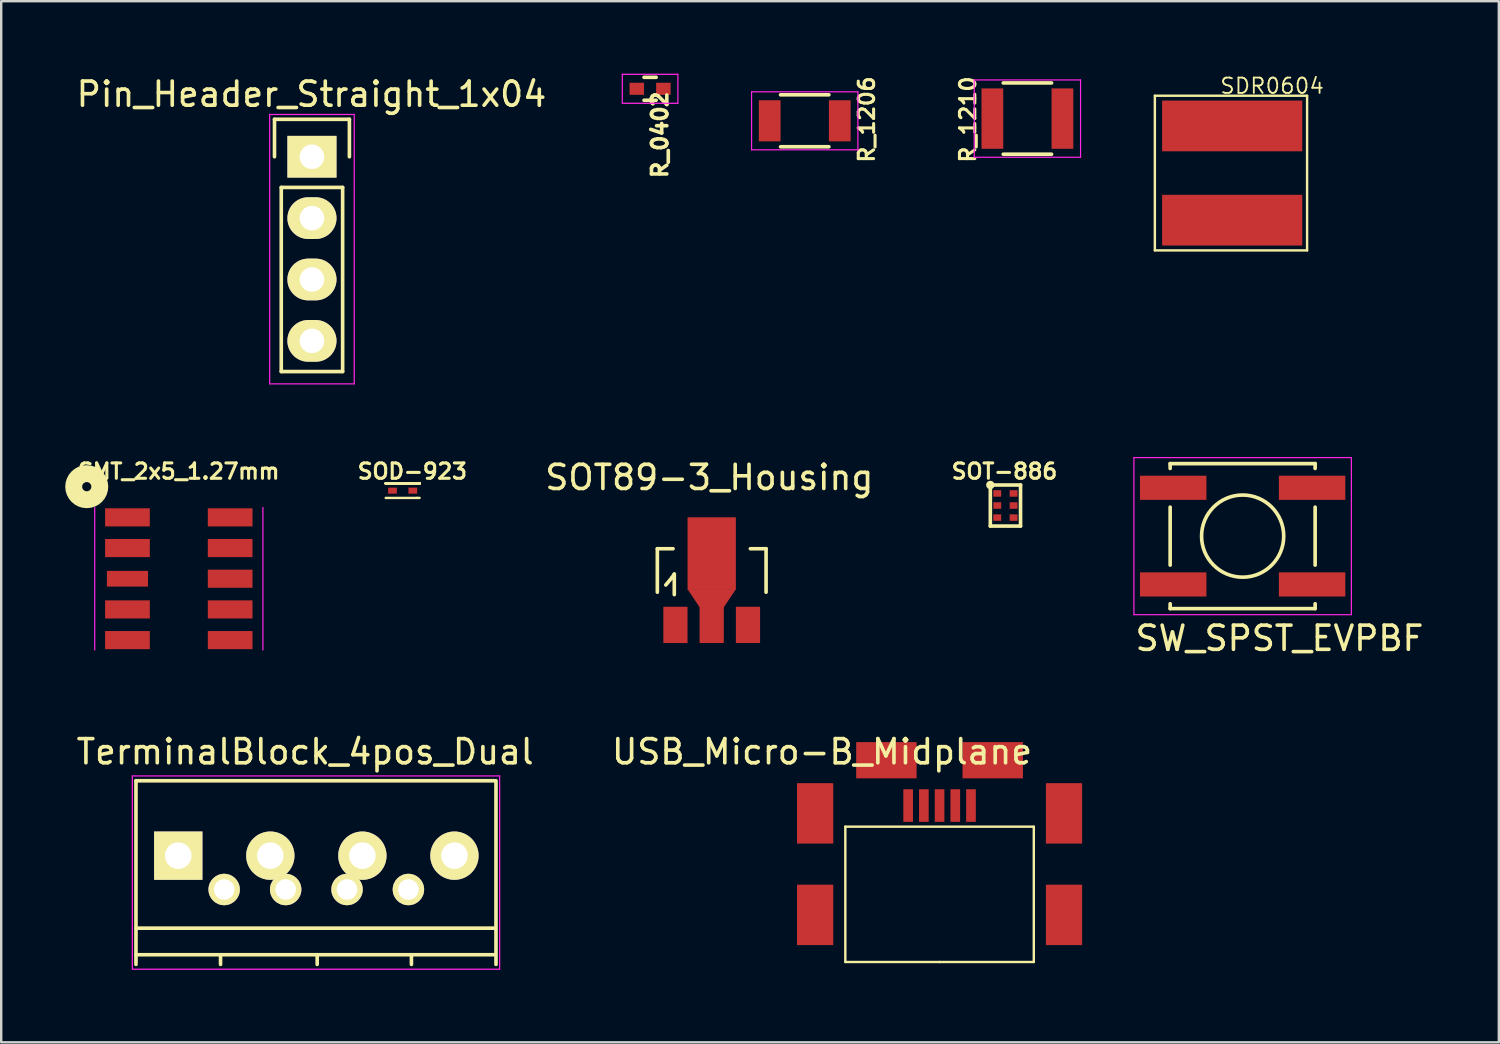
<source format=kicad_pcb>
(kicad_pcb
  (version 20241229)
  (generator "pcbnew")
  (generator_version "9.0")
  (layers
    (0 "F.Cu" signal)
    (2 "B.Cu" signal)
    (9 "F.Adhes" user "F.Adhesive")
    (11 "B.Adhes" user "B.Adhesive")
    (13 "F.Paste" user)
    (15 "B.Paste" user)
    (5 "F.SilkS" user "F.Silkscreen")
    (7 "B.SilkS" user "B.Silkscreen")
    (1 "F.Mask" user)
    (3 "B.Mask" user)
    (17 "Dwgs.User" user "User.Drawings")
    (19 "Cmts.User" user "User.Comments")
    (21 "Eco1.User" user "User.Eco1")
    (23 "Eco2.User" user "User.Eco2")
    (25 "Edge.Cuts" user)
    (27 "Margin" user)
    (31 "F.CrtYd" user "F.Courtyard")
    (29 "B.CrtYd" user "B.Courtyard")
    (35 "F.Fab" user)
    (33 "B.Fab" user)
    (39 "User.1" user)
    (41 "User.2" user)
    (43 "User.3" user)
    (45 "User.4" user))
  (footprint "SOT-886"
    (layer "F.Cu")
    (at 38.56 17.871)
    (property "Reference" "SOT-886" (at -0.041 -1.415 180) (layer "F.SilkS") (effects (font (size 0.635 0.635) (thickness 0.127))))
    (attr smd)
    (fp_line (start -0.625 -0.85) (end 0.625 -0.85) (stroke (width 0.15) (type solid)) (layer "F.SilkS"))
    (fp_line (start -0.625 0.85) (end -0.625 -0.85) (stroke (width 0.15) (type solid)) (layer "F.SilkS"))
    (fp_line (start 0.625 -0.85) (end 0.625 0.85) (stroke (width 0.15) (type solid)) (layer "F.SilkS"))
    (fp_line (start 0.625 0.85) (end -0.625 0.85) (stroke (width 0.15) (type solid)) (layer "F.SilkS"))
    (fp_circle (center -0.625 -0.85) (end -0.525 -0.85) (stroke (width 0.15) (type solid)) (fill no) (layer "F.SilkS"))
    (pad "1" smd rect (at -0.338 -0.5) (size 0.325 0.27) (layers "F.Cu" "F.Mask" "F.Paste"))
    (pad "2" smd rect (at -0.338 0) (size 0.325 0.27) (layers "F.Cu" "F.Mask" "F.Paste"))
    (pad "3" smd rect (at -0.338 0.5) (size 0.325 0.27) (layers "F.Cu" "F.Mask" "F.Paste"))
    (pad "4" smd rect (at 0.338 0.5) (size 0.325 0.27) (layers "F.Cu" "F.Mask" "F.Paste"))
    (pad "5" smd rect (at 0.338 0) (size 0.325 0.27) (layers "F.Cu" "F.Mask" "F.Paste"))
    (pad "6" smd rect (at 0.338 -0.5) (size 0.325 0.27) (layers "F.Cu" "F.Mask" "F.Paste")))
  (footprint "TerminalBlock_4pos_Dual"
    (layer "F.Cu")
    (at 4.327 32.362)
    (property "Reference" "TerminalBlock_4pos_Dual" (at 5.25 -4.3 0) (layer "F.SilkS") (effects (font (size 1 1) (thickness 0.15))))
    (attr through_hole)
    (fp_line (start -1.75 -3.1) (end -1.75 4.5) (stroke (width 0.15) (type solid)) (layer "F.SilkS"))
    (fp_line (start -1.75 3) (end 13.1 3) (stroke (width 0.15) (type solid)) (layer "F.SilkS"))
    (fp_line (start -1.75 4.1) (end 13.1 4.1) (stroke (width 0.15) (type solid)) (layer "F.SilkS"))
    (fp_line (start 1.75 4.1) (end 1.75 4.5) (stroke (width 0.15) (type solid)) (layer "F.SilkS"))
    (fp_line (start 5.75 4.1) (end 5.75 4.5) (stroke (width 0.15) (type solid)) (layer "F.SilkS"))
    (fp_line (start 9.65 4.1) (end 9.65 4.5) (stroke (width 0.15) (type solid)) (layer "F.SilkS"))
    (fp_line (start 13.1 -3.1) (end -1.75 -3.1) (stroke (width 0.15) (type solid)) (layer "F.SilkS"))
    (fp_line (start 13.15 4.5) (end 13.15 -3.1) (stroke (width 0.15) (type solid)) (layer "F.SilkS"))
    (fp_line (start -1.9 -3.3) (end 13.3 -3.3) (stroke (width 0.05) (type solid)) (layer "F.CrtYd"))
    (fp_line (start -1.9 4.7) (end -1.9 -3.3) (stroke (width 0.05) (type solid)) (layer "F.CrtYd"))
    (fp_line (start 13.3 -3.3) (end 13.3 4.7) (stroke (width 0.05) (type solid)) (layer "F.CrtYd"))
    (fp_line (start 13.3 4.7) (end -1.9 4.7) (stroke (width 0.05) (type solid)) (layer "F.CrtYd"))
    (pad "1" thru_hole rect (at 0 0) (size 2 2) (drill 1.1) (layers "*.Cu" "*.Mask" "F.SilkS"))
    (pad "1" thru_hole circle (at 1.9 1.4) (size 1.3 1.3) (drill 0.85) (layers "*.Cu" "*.Mask" "F.SilkS"))
    (pad "2" thru_hole circle (at 3.81 0) (size 2 2) (drill 1.1) (layers "*.Cu" "*.Mask" "F.SilkS"))
    (pad "2" thru_hole circle (at 4.445 1.4) (size 1.3 1.3) (drill 0.85) (layers "*.Cu" "*.Mask" "F.SilkS"))
    (pad "3" thru_hole circle (at 6.985 1.4) (size 1.3 1.3) (drill 0.85) (layers "*.Cu" "*.Mask" "F.SilkS"))
    (pad "3" thru_hole circle (at 7.62 0) (size 2 2) (drill 1.1) (layers "*.Cu" "*.Mask" "F.SilkS"))
    (pad "4" thru_hole circle (at 9.525 1.4) (size 1.3 1.3) (drill 0.85) (layers "*.Cu" "*.Mask" "F.SilkS"))
    (pad "4" thru_hole circle (at 11.43 0) (size 2 2) (drill 1.1) (layers "*.Cu" "*.Mask" "F.SilkS")))
  (footprint "R_1206"
    (layer "F.Cu")
    (at 30.254 1.949)
    (property "Reference" "R_1206" (at 2.563 -0.053 90) (layer "F.SilkS") (effects (font (size 0.635 0.635) (thickness 0.127))))
    (attr smd)
    (fp_line (start -1 -1.075) (end 1 -1.075) (stroke (width 0.15) (type solid)) (layer "F.SilkS"))
    (fp_line (start 1 1.075) (end -1 1.075) (stroke (width 0.15) (type solid)) (layer "F.SilkS"))
    (fp_line (start -2.2 -1.2) (end -2.2 1.2) (stroke (width 0.05) (type solid)) (layer "F.CrtYd"))
    (fp_line (start -2.2 -1.2) (end 2.2 -1.2) (stroke (width 0.05) (type solid)) (layer "F.CrtYd"))
    (fp_line (start -2.2 1.2) (end 2.2 1.2) (stroke (width 0.05) (type solid)) (layer "F.CrtYd"))
    (fp_line (start 2.2 -1.2) (end 2.2 1.2) (stroke (width 0.05) (type solid)) (layer "F.CrtYd"))
    (pad "1" smd rect (at -1.45 0) (size 0.9 1.7) (layers "F.Cu" "F.Mask" "F.Paste"))
    (pad "2" smd rect (at 1.45 0) (size 0.9 1.7) (layers "F.Cu" "F.Mask" "F.Paste")))
  (footprint "R_1210"
    (layer "F.Cu")
    (at 39.469 1.858)
    (property "Reference" "R_1210" (at -2.464 0.038 90) (layer "F.SilkS") (effects (font (size 0.635 0.635) (thickness 0.127))))
    (attr smd)
    (fp_line (start -1 -1.475) (end 1 -1.475) (stroke (width 0.15) (type solid)) (layer "F.SilkS"))
    (fp_line (start 1 1.475) (end -1 1.475) (stroke (width 0.15) (type solid)) (layer "F.SilkS"))
    (fp_line (start -2.2 -1.6) (end -2.2 1.6) (stroke (width 0.05) (type solid)) (layer "F.CrtYd"))
    (fp_line (start -2.2 -1.6) (end 2.2 -1.6) (stroke (width 0.05) (type solid)) (layer "F.CrtYd"))
    (fp_line (start -2.2 1.6) (end 2.2 1.6) (stroke (width 0.05) (type solid)) (layer "F.CrtYd"))
    (fp_line (start 2.2 -1.6) (end 2.2 1.6) (stroke (width 0.05) (type solid)) (layer "F.CrtYd"))
    (pad "1" smd rect (at -1.45 0) (size 0.9 2.5) (layers "F.Cu" "F.Mask" "F.Paste"))
    (pad "2" smd rect (at 1.45 0) (size 0.9 2.5) (layers "F.Cu" "F.Mask" "F.Paste")))
  (footprint "Pin_Header_Straight_1x04"
    (layer "F.Cu")
    (at 9.86 3.437)
    (property "Reference" "Pin_Header_Straight_1x04" (at -0.02 -2.588 0) (layer "F.SilkS") (effects (font (size 1 1) (thickness 0.15))))
    (attr through_hole)
    (fp_line (start -1.55 -1.55) (end 1.55 -1.55) (stroke (width 0.15) (type solid)) (layer "F.SilkS"))
    (fp_line (start -1.55 0) (end -1.55 -1.55) (stroke (width 0.15) (type solid)) (layer "F.SilkS"))
    (fp_line (start -1.27 1.27) (end -1.27 8.89) (stroke (width 0.15) (type solid)) (layer "F.SilkS"))
    (fp_line (start -1.27 8.89) (end 1.27 8.89) (stroke (width 0.15) (type solid)) (layer "F.SilkS"))
    (fp_line (start 1.27 1.27) (end -1.27 1.27) (stroke (width 0.15) (type solid)) (layer "F.SilkS"))
    (fp_line (start 1.27 1.27) (end 1.27 8.89) (stroke (width 0.15) (type solid)) (layer "F.SilkS"))
    (fp_line (start 1.55 -1.55) (end 1.55 0) (stroke (width 0.15) (type solid)) (layer "F.SilkS"))
    (fp_line (start -1.75 -1.75) (end -1.75 9.4) (stroke (width 0.05) (type solid)) (layer "F.CrtYd"))
    (fp_line (start -1.75 -1.75) (end 1.75 -1.75) (stroke (width 0.05) (type solid)) (layer "F.CrtYd"))
    (fp_line (start -1.75 9.4) (end 1.75 9.4) (stroke (width 0.05) (type solid)) (layer "F.CrtYd"))
    (fp_line (start 1.75 -1.75) (end 1.75 9.4) (stroke (width 0.05) (type solid)) (layer "F.CrtYd"))
    (pad "1" thru_hole rect (at 0 0) (size 2.032 1.727) (drill 1.016) (layers "*.Cu" "*.Mask" "F.SilkS"))
    (pad "2" thru_hole oval (at 0 2.54) (size 2.032 1.727) (drill 1.016) (layers "*.Cu" "*.Mask" "F.SilkS"))
    (pad "3" thru_hole oval (at 0 5.08) (size 2.032 1.727) (drill 1.016) (layers "*.Cu" "*.Mask" "F.SilkS"))
    (pad "4" thru_hole oval (at 0 7.62) (size 2.032 1.727) (drill 1.016) (layers "*.Cu" "*.Mask" "F.SilkS")))
  (footprint "SMT_2x5_1.27mm"
    (layer "F.Cu")
    (at 4.35 20.901)
    (property "Reference" "SMT_2x5_1.27mm" (at 0 -4.445 0) (layer "F.SilkS") (effects (font (size 0.635 0.635) (thickness 0.127))))
    (attr smd)
    (fp_circle (center -3.81 -3.81) (end -4 -3.81) (stroke (width 0.7) (type solid)) (fill no) (layer "F.SilkS"))
    (fp_line (start -3.48 -2.95) (end -3.48 2.95) (stroke (width 0.05) (type solid)) (layer "F.CrtYd"))
    (fp_line (start 3.48 -2.95) (end 3.48 2.95) (stroke (width 0.05) (type solid)) (layer "F.CrtYd"))
    (pad "1" smd rect (at -2.125 -2.54) (size 1.85 0.75) (layers "F.Cu" "F.Mask" "F.Paste"))
    (pad "2" smd rect (at 2.125 -2.54) (size 1.85 0.75) (layers "F.Cu" "F.Mask" "F.Paste"))
    (pad "3" smd rect (at -2.125 -1.27) (size 1.85 0.75) (layers "F.Cu" "F.Mask" "F.Paste"))
    (pad "4" smd rect (at 2.125 -1.27) (size 1.85 0.75) (layers "F.Cu" "F.Mask" "F.Paste"))
    (pad "5" smd rect (at -2.125 0) (size 1.7 0.65) (layers "F.Cu" "F.Mask" "F.Paste"))
    (pad "6" smd rect (at 2.125 0) (size 1.85 0.75) (layers "F.Cu" "F.Mask" "F.Paste"))
    (pad "7" smd rect (at -2.125 1.27) (size 1.85 0.75) (layers "F.Cu" "F.Mask" "F.Paste"))
    (pad "8" smd rect (at 2.125 1.27) (size 1.85 0.75) (layers "F.Cu" "F.Mask" "F.Paste"))
    (pad "9" smd rect (at -2.125 2.54) (size 1.85 0.75) (layers "F.Cu" "F.Mask" "F.Paste"))
    (pad "10" smd rect (at 2.125 2.54) (size 1.85 0.75) (layers "F.Cu" "F.Mask" "F.Paste")))
  (footprint "SOD-923"
    (layer "F.Cu")
    (at 13.614 17.256)
    (property "Reference" "SOD-923" (at 0.4 -0.8 0) (layer "F.SilkS") (effects (font (size 0.635 0.635) (thickness 0.127))))
    (attr smd)
    (fp_line (start -0.7 -0.3) (end 0.7 -0.3) (stroke (width 0.1) (type solid)) (layer "F.SilkS"))
    (fp_line (start -0.7 -0.3) (end 0.7 -0.3) (stroke (width 0.1) (type solid)) (layer "F.SilkS"))
    (fp_line (start -0.7 -0.3) (end 0.7 -0.3) (stroke (width 0.1) (type solid)) (layer "F.SilkS"))
    (fp_line (start -0.7 -0.3) (end 0.7 -0.3) (stroke (width 0.1) (type solid)) (layer "F.SilkS"))
    (fp_line (start -0.7 0.3) (end 0.6 0.3) (stroke (width 0.1) (type solid)) (layer "F.SilkS"))
    (fp_line (start 0.6 0.3) (end 0.7 0.3) (stroke (width 0.1) (type solid)) (layer "F.SilkS"))
    (fp_line (start 0.7 -0.3) (end -0.7 -0.3) (stroke (width 0.1) (type solid)) (layer "F.SilkS"))
    (fp_line (start 0.7 -0.3) (end -0.7 -0.3) (stroke (width 0.1) (type solid)) (layer "F.SilkS"))
    (fp_line (start 0.7 -0.3) (end -0.7 -0.3) (stroke (width 0.1) (type solid)) (layer "F.SilkS"))
    (fp_line (start 0.7 -0.3) (end -0.7 -0.3) (stroke (width 0.1) (type solid)) (layer "F.SilkS"))
    (pad "1" smd rect (at 0.42 0) (size 0.36 0.25) (layers "F.Cu" "F.Mask" "F.Paste"))
    (pad "2" smd rect (at -0.42 0) (size 0.36 0.25) (layers "F.Cu" "F.Mask" "F.Paste")))
  (footprint "R_0402"
    (layer "F.Cu")
    (at 23.854 0.625)
    (property "Reference" "R_0402" (at 0.406 1.905 90) (layer "F.SilkS") (effects (font (size 0.635 0.635) (thickness 0.15))))
    (attr smd)
    (fp_line (start -0.25 0.475) (end 0.25 0.475) (stroke (width 0.15) (type solid)) (layer "F.SilkS"))
    (fp_line (start 0.25 -0.475) (end -0.25 -0.475) (stroke (width 0.15) (type solid)) (layer "F.SilkS"))
    (fp_line (start -1.15 -0.6) (end -1.15 0.6) (stroke (width 0.05) (type solid)) (layer "F.CrtYd"))
    (fp_line (start -1.15 -0.6) (end 1.15 -0.6) (stroke (width 0.05) (type solid)) (layer "F.CrtYd"))
    (fp_line (start -1.15 0.6) (end 1.15 0.6) (stroke (width 0.05) (type solid)) (layer "F.CrtYd"))
    (fp_line (start 1.15 -0.6) (end 1.15 0.6) (stroke (width 0.05) (type solid)) (layer "F.CrtYd"))
    (pad "1" smd rect (at -0.55 0) (size 0.6 0.5) (layers "F.Cu" "F.Mask" "F.Paste"))
    (pad "2" smd rect (at 0.55 0) (size 0.6 0.5) (layers "F.Cu" "F.Mask" "F.Paste")))
  (footprint "SOT89-3_Housing"
    (layer "F.Cu")
    (at 26.404 20.959)
    (property "Reference" "SOT89-3_Housing" (at -0.099 -4.249 0) (layer "F.SilkS") (effects (font (size 1 1) (thickness 0.15))))
    (attr smd)
    (fp_line (start -2.25 -1.3) (end -2.25 0.5) (stroke (width 0.15) (type solid)) (layer "F.SilkS"))
    (fp_line (start -2.25 -1.3) (end -1.6 -1.3) (stroke (width 0.15) (type solid)) (layer "F.SilkS"))
    (fp_line (start -1.9 0.201) (end -1.651 -0.099) (stroke (width 0.15) (type solid)) (layer "F.SilkS"))
    (fp_line (start -1.651 -0.099) (end -1.549 -0.249) (stroke (width 0.15) (type solid)) (layer "F.SilkS"))
    (fp_line (start -1.549 -0.249) (end -1.549 0.599) (stroke (width 0.15) (type solid)) (layer "F.SilkS"))
    (fp_line (start 2.25 -1.3) (end 1.6 -1.3) (stroke (width 0.15) (type solid)) (layer "F.SilkS"))
    (fp_line (start 2.25 -1.3) (end 2.25 0.5) (stroke (width 0.15) (type solid)) (layer "F.SilkS"))
    (pad "1" smd rect (at -1.501 1.852) (size 1.001 1.501) (layers "F.Cu" "F.Mask" "F.Paste"))
    (pad "2" smd rect (at 0 -1.1) (size 1.999 3) (layers "F.Cu" "F.Mask" "F.Paste"))
    (pad "2" smd trapezoid (at 0 0.749 180) (size 1.501 0.749) (rect_delta 0 0.5) (layers "F.Cu" "F.Mask" "F.Paste"))
    (pad "2" smd rect (at 0 1.852) (size 1.001 1.501) (layers "F.Cu" "F.Mask" "F.Paste"))
    (pad "3" smd rect (at 1.501 1.852) (size 1.001 1.501) (layers "F.Cu" "F.Mask" "F.Paste")))
  (footprint "USB_Micro-B_Midplane"
    (layer "F.Cu")
    (at 35.834 36.762)
    (property "Reference" "USB_Micro-B_Midplane" (at -4.864 -8.7 0) (layer "F.SilkS") (effects (font (size 1 1) (thickness 0.15))))
    (attr smd)
    (fp_line (start -3.9 -5.6) (end 3.9 -5.6) (stroke (width 0.1) (type solid)) (layer "F.SilkS"))
    (fp_line (start -3.9 0) (end -3.9 -5.6) (stroke (width 0.1) (type solid)) (layer "F.SilkS"))
    (fp_line (start 0 0) (end -3.9 0) (stroke (width 0.1) (type solid)) (layer "F.SilkS"))
    (fp_line (start 3.9 -5.6) (end 3.9 0) (stroke (width 0.1) (type solid)) (layer "F.SilkS"))
    (fp_line (start 3.9 0) (end 0 0) (stroke (width 0.1) (type solid)) (layer "F.SilkS"))
    (pad "1" connect rect (at -1.3 -6.475 90) (size 1.35 0.4) (layers "F.Cu" "F.Mask"))
    (pad "2" smd rect (at -0.65 -6.475 90) (size 1.35 0.4) (layers "F.Cu" "F.Mask" "F.Paste"))
    (pad "3" smd rect (at 0 -6.475 90) (size 1.35 0.4) (layers "F.Cu" "F.Mask" "F.Paste"))
    (pad "4" smd rect (at 0.65 -6.475 90) (size 1.35 0.4) (layers "F.Cu" "F.Mask" "F.Paste"))
    (pad "5" smd rect (at 1.3 -6.475 90) (size 1.35 0.4) (layers "F.Cu" "F.Mask" "F.Paste"))
    (pad "6" smd rect (at -5.15 -6.15) (size 1.5 2.5) (layers "F.Cu" "F.Mask" "F.Paste"))
    (pad "6" smd rect (at -5.15 -1.95) (size 1.5 2.5) (layers "F.Cu" "F.Mask" "F.Paste"))
    (pad "6" smd rect (at -2.2 -8.35) (size 2.5 1.5) (layers "F.Cu" "F.Mask" "F.Paste"))
    (pad "6" smd rect (at 2.2 -8.35) (size 2.5 1.5) (layers "F.Cu" "F.Mask" "F.Paste"))
    (pad "6" smd rect (at 5.15 -6.15) (size 1.5 2.5) (layers "F.Cu" "F.Mask" "F.Paste"))
    (pad "6" smd rect (at 5.15 -1.95) (size 1.5 2.5) (layers "F.Cu" "F.Mask" "F.Paste")))
  (footprint "SDR0604"
    (layer "F.Cu")
    (at 47.944 4.112)
    (property "Reference" "SDR0604" (at 1.651 -3.607 0) (layer "F.SilkS") (effects (font (size 0.635 0.635) (thickness 0.076))))
    (attr through_hole)
    (fp_line (start -3.2 -3.2) (end -3.2 3.2) (stroke (width 0.1) (type solid)) (layer "F.SilkS"))
    (fp_line (start -3.2 3.2) (end 3.1 3.2) (stroke (width 0.1) (type solid)) (layer "F.SilkS"))
    (fp_line (start 3.1 -3.2) (end -3.2 -3.2) (stroke (width 0.1) (type solid)) (layer "F.SilkS"))
    (fp_line (start 3.1 3.2) (end 3.1 -3.2) (stroke (width 0.1) (type solid)) (layer "F.SilkS"))
    (pad "1" smd rect (at 0 -1.95) (size 5.8 2.1) (layers "F.Cu" "F.Mask" "F.Paste"))
    (pad "2" smd rect (at 0 1.95) (size 5.8 2.1) (layers "F.Cu" "F.Mask" "F.Paste")))
  (footprint "SW_SPST_EVPBF"
    (layer "F.Cu")
    (at 48.377 19.137)
    (property "Reference" "SW_SPST_EVPBF" (at 1.524 4.229 0) (layer "F.SilkS") (effects (font (size 1 1) (thickness 0.15))))
    (attr smd)
    (fp_line (start -3 -3) (end -3 -2.8) (stroke (width 0.15) (type solid)) (layer "F.SilkS"))
    (fp_line (start -3 -1.2) (end -3 1.2) (stroke (width 0.15) (type solid)) (layer "F.SilkS"))
    (fp_line (start -3 3) (end -3 2.8) (stroke (width 0.15) (type solid)) (layer "F.SilkS"))
    (fp_line (start -3 3) (end 3 3) (stroke (width 0.15) (type solid)) (layer "F.SilkS"))
    (fp_line (start 3 -3) (end -3 -3) (stroke (width 0.15) (type solid)) (layer "F.SilkS"))
    (fp_line (start 3 -3) (end 3 -2.8) (stroke (width 0.15) (type solid)) (layer "F.SilkS"))
    (fp_line (start 3 -1.2) (end 3 1.2) (stroke (width 0.15) (type solid)) (layer "F.SilkS"))
    (fp_line (start 3 3) (end 3 2.8) (stroke (width 0.15) (type solid)) (layer "F.SilkS"))
    (fp_circle (center 0 0) (end 1.7 0) (stroke (width 0.15) (type solid)) (fill no) (layer "F.SilkS"))
    (fp_line (start -4.5 -3.25) (end 4.5 -3.25) (stroke (width 0.05) (type solid)) (layer "F.CrtYd"))
    (fp_line (start -4.5 3.25) (end -4.5 -3.25) (stroke (width 0.05) (type solid)) (layer "F.CrtYd"))
    (fp_line (start 4.5 -3.25) (end 4.5 3.25) (stroke (width 0.05) (type solid)) (layer "F.CrtYd"))
    (fp_line (start 4.5 3.25) (end -4.5 3.25) (stroke (width 0.05) (type solid)) (layer "F.CrtYd"))
    (pad "1" smd rect (at -2.875 -2) (size 2.75 1) (layers "F.Cu" "F.Mask" "F.Paste"))
    (pad "1" smd rect (at 2.875 -2) (size 2.75 1) (layers "F.Cu" "F.Mask" "F.Paste"))
    (pad "2" smd rect (at -2.875 2) (size 2.75 1) (layers "F.Cu" "F.Mask" "F.Paste"))
    (pad "2" smd rect (at 2.875 2) (size 2.75 1) (layers "F.Cu" "F.Mask" "F.Paste")))
  (gr_rect
    (start -3 -3)
    (end 58.979 40.087)
    (stroke (width 0.1) (type default))
    (fill no)
    (layer "Edge.Cuts")))
</source>
